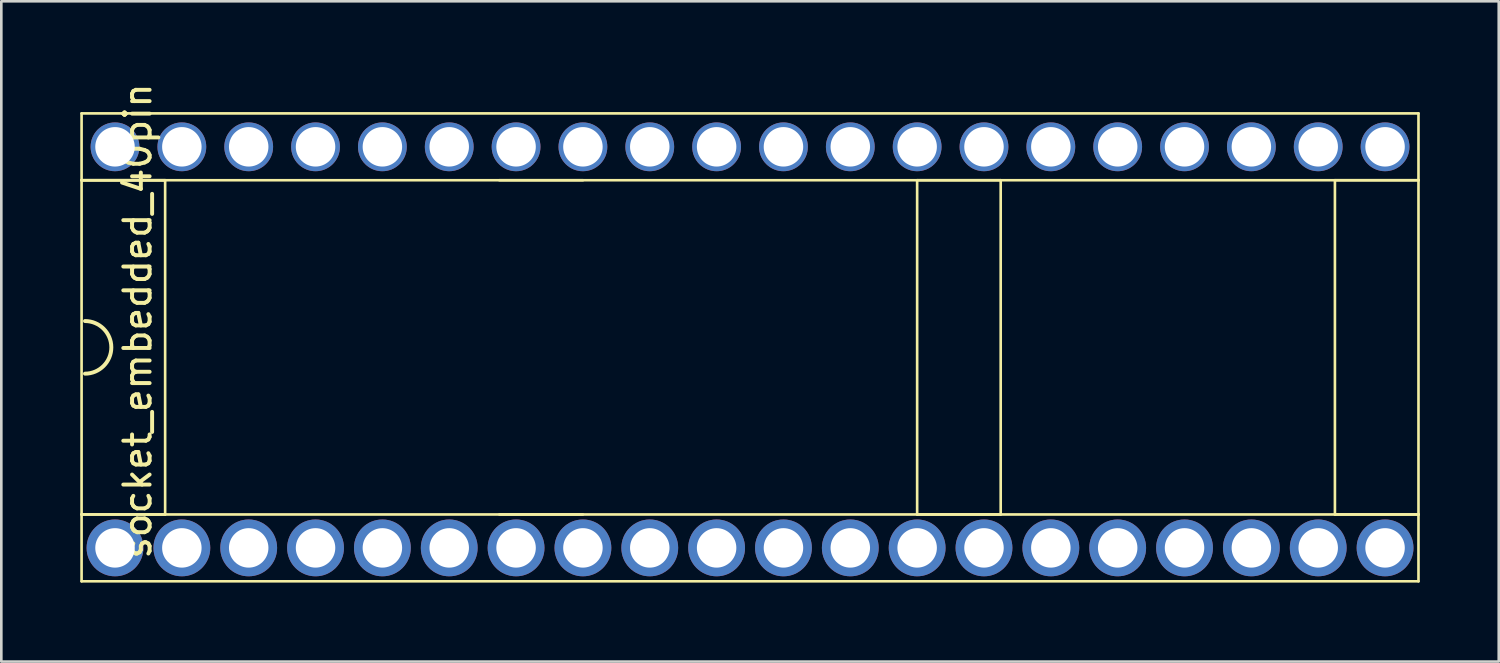
<source format=kicad_pcb>
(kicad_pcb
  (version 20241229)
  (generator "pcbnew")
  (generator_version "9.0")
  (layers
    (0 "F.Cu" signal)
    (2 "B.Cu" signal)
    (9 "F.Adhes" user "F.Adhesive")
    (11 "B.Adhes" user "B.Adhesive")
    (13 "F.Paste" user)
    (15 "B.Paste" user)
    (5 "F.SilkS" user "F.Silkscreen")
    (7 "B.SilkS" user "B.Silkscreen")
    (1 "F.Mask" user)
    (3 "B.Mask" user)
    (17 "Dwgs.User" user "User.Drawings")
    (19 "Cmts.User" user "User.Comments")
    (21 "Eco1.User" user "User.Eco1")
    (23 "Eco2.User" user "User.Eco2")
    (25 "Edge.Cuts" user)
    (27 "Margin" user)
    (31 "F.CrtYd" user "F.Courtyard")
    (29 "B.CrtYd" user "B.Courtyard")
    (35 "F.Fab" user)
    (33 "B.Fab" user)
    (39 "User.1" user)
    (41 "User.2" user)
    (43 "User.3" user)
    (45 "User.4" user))
  (footprint "socket_embedded_40pin"
    (layer "F.Cu")
    (at 24.18 10.149)
    (property "Reference" "socket_embedded_40pin" (at -22 -1 90) (layer "F.SilkS") (effects (font (size 1 1) (thickness 0.15))))
    (attr through_hole)
    (fp_line (start -24.13 -8.89) (end -24.13 -6.35) (stroke (width 0.1) (type solid)) (layer "F.SilkS"))
    (fp_line (start -24.13 -6.35) (end -20.955 -6.35) (stroke (width 0.1) (type solid)) (layer "F.SilkS"))
    (fp_line (start -24.13 -6.35) (end -20.955 -6.35) (stroke (width 0.1) (type solid)) (layer "F.SilkS"))
    (fp_line (start -24.13 -6.35) (end 26.67 -6.35) (stroke (width 0.1) (type solid)) (layer "F.SilkS"))
    (fp_line (start -24.13 6.35) (end -24.13 -6.35) (stroke (width 0.1) (type solid)) (layer "F.SilkS"))
    (fp_line (start -24.13 6.35) (end -24.13 8.89) (stroke (width 0.1) (type solid)) (layer "F.SilkS"))
    (fp_line (start -24.13 8.89) (end 26.67 8.89) (stroke (width 0.1) (type solid)) (layer "F.SilkS"))
    (fp_line (start -20.955 -6.35) (end -20.955 6.35) (stroke (width 0.1) (type solid)) (layer "F.SilkS"))
    (fp_line (start -20.955 6.35) (end -24.13 6.35) (stroke (width 0.1) (type solid)) (layer "F.SilkS"))
    (fp_line (start -8.255 -6.35) (end -5.08 -6.35) (stroke (width 0.1) (type solid)) (layer "F.SilkS"))
    (fp_line (start -5.08 6.35) (end -8.255 6.35) (stroke (width 0.1) (type solid)) (layer "F.SilkS"))
    (fp_line (start 7.62 -6.35) (end 7.62 6.35) (stroke (width 0.1) (type solid)) (layer "F.SilkS"))
    (fp_line (start 7.62 6.35) (end 10.795 6.35) (stroke (width 0.1) (type solid)) (layer "F.SilkS"))
    (fp_line (start 10.795 -6.35) (end 7.62 -6.35) (stroke (width 0.1) (type solid)) (layer "F.SilkS"))
    (fp_line (start 10.795 6.35) (end 10.795 -6.35) (stroke (width 0.1) (type solid)) (layer "F.SilkS"))
    (fp_line (start 23.495 -6.35) (end 23.495 6.35) (stroke (width 0.1) (type solid)) (layer "F.SilkS"))
    (fp_line (start 23.495 6.35) (end 26.67 6.35) (stroke (width 0.1) (type solid)) (layer "F.SilkS"))
    (fp_line (start 26.67 -8.89) (end -24.13 -8.89) (stroke (width 0.1) (type solid)) (layer "F.SilkS"))
    (fp_line (start 26.67 -6.35) (end 23.495 -6.35) (stroke (width 0.1) (type solid)) (layer "F.SilkS"))
    (fp_line (start 26.67 -6.35) (end 26.67 -8.89) (stroke (width 0.1) (type solid)) (layer "F.SilkS"))
    (fp_line (start 26.67 6.35) (end -24.13 6.35) (stroke (width 0.1) (type solid)) (layer "F.SilkS"))
    (fp_line (start 26.67 6.35) (end 26.67 -6.35) (stroke (width 0.1) (type solid)) (layer "F.SilkS"))
    (fp_line (start 26.67 8.89) (end 26.67 6.35) (stroke (width 0.1) (type solid)) (layer "F.SilkS"))
    (fp_arc (start -24 -1) (mid -23 0) (end -24 1) (stroke (width 0.15) (type solid)) (layer "F.SilkS"))
    (pad "1" thru_hole circle (at -22.86 7.62) (size 2.159 2.159) (drill 1.5) (layers "*.Cu" "*.Mask"))
    (pad "2" thru_hole circle (at -20.32 7.62) (size 2.159 2.159) (drill 1.5) (layers "*.Cu" "*.Mask"))
    (pad "3" thru_hole circle (at -17.78 7.62) (size 2.159 2.159) (drill 1.5) (layers "*.Cu" "*.Mask"))
    (pad "4" thru_hole circle (at -15.24 7.62) (size 2.159 2.159) (drill 1.5) (layers "*.Cu" "*.Mask"))
    (pad "5" thru_hole circle (at -12.7 7.62) (size 2.159 2.159) (drill 1.5) (layers "*.Cu" "*.Mask"))
    (pad "6" thru_hole circle (at -10.16 7.62) (size 2.159 2.159) (drill 1.5) (layers "*.Cu" "*.Mask"))
    (pad "7" thru_hole circle (at -7.62 7.62) (size 2.159 2.159) (drill 1.5) (layers "*.Cu" "*.Mask"))
    (pad "8" thru_hole circle (at -5.08 7.62) (size 2.159 2.159) (drill 1.5) (layers "*.Cu" "*.Mask"))
    (pad "9" thru_hole circle (at -2.54 7.62) (size 2.159 2.159) (drill 1.5) (layers "*.Cu" "*.Mask"))
    (pad "10" thru_hole circle (at 0 7.62) (size 2.159 2.159) (drill 1.5) (layers "*.Cu" "*.Mask"))
    (pad "11" thru_hole circle (at 2.54 7.62) (size 2.159 2.159) (drill 1.5) (layers "*.Cu" "*.Mask"))
    (pad "12" thru_hole circle (at 5.08 7.62) (size 2.159 2.159) (drill 1.5) (layers "*.Cu" "*.Mask"))
    (pad "13" thru_hole circle (at 7.62 7.62) (size 2.159 2.159) (drill 1.5) (layers "*.Cu" "*.Mask"))
    (pad "14" thru_hole circle (at 10.16 7.62) (size 2.159 2.159) (drill 1.5) (layers "*.Cu" "*.Mask"))
    (pad "15" thru_hole circle (at 12.7 7.62) (size 2.159 2.159) (drill 1.5) (layers "*.Cu" "*.Mask"))
    (pad "16" thru_hole circle (at 15.24 7.62) (size 2.159 2.159) (drill 1.5) (layers "*.Cu" "*.Mask"))
    (pad "17" thru_hole circle (at 17.78 7.62) (size 2.159 2.159) (drill 1.5) (layers "*.Cu" "*.Mask"))
    (pad "18" thru_hole circle (at 20.32 7.62) (size 2.159 2.159) (drill 1.5) (layers "*.Cu" "*.Mask"))
    (pad "19" thru_hole circle (at 22.86 7.62) (size 2.159 2.159) (drill 1.5) (layers "*.Cu" "*.Mask"))
    (pad "20" thru_hole circle (at 25.4 7.62) (size 2.159 2.159) (drill 1.5) (layers "*.Cu" "*.Mask"))
    (pad "21" thru_hole circle (at 25.4 -7.62) (size 1.854 1.854) (drill 1.5) (layers "*.Cu" "*.Mask"))
    (pad "22" thru_hole circle (at 22.86 -7.62) (size 1.854 1.854) (drill 1.5) (layers "*.Cu" "*.Mask"))
    (pad "23" thru_hole circle (at 20.32 -7.62) (size 1.854 1.854) (drill 1.5) (layers "*.Cu" "*.Mask"))
    (pad "24" thru_hole circle (at 17.78 -7.62) (size 1.854 1.854) (drill 1.5) (layers "*.Cu" "*.Mask"))
    (pad "25" thru_hole circle (at 15.24 -7.62) (size 1.854 1.854) (drill 1.5) (layers "*.Cu" "*.Mask"))
    (pad "26" thru_hole circle (at 12.7 -7.62) (size 1.854 1.854) (drill 1.5) (layers "*.Cu" "*.Mask"))
    (pad "27" thru_hole circle (at 10.16 -7.62) (size 1.854 1.854) (drill 1.5) (layers "*.Cu" "*.Mask"))
    (pad "28" thru_hole circle (at 7.62 -7.62) (size 1.854 1.854) (drill 1.5) (layers "*.Cu" "*.Mask"))
    (pad "29" thru_hole circle (at 5.08 -7.62) (size 1.854 1.854) (drill 1.5) (layers "*.Cu" "*.Mask"))
    (pad "30" thru_hole circle (at 2.54 -7.62) (size 1.854 1.854) (drill 1.5) (layers "*.Cu" "*.Mask"))
    (pad "31" thru_hole circle (at 0 -7.62) (size 1.854 1.854) (drill 1.5) (layers "*.Cu" "*.Mask"))
    (pad "32" thru_hole circle (at -2.54 -7.62) (size 1.854 1.854) (drill 1.5) (layers "*.Cu" "*.Mask"))
    (pad "33" thru_hole circle (at -5.08 -7.62) (size 1.854 1.854) (drill 1.5) (layers "*.Cu" "*.Mask"))
    (pad "34" thru_hole circle (at -7.62 -7.62) (size 1.854 1.854) (drill 1.5) (layers "*.Cu" "*.Mask"))
    (pad "35" thru_hole circle (at -10.16 -7.62) (size 1.854 1.854) (drill 1.5) (layers "*.Cu" "*.Mask"))
    (pad "36" thru_hole circle (at -12.7 -7.62) (size 1.854 1.854) (drill 1.5) (layers "*.Cu" "*.Mask"))
    (pad "37" thru_hole circle (at -15.24 -7.62) (size 1.854 1.854) (drill 1.5) (layers "*.Cu" "*.Mask"))
    (pad "38" thru_hole circle (at -17.78 -7.62) (size 1.854 1.854) (drill 1.5) (layers "*.Cu" "*.Mask"))
    (pad "39" thru_hole circle (at -20.32 -7.62) (size 1.854 1.854) (drill 1.5) (layers "*.Cu" "*.Mask"))
    (pad "40" thru_hole circle (at -22.86 -7.62) (size 1.854 1.854) (drill 1.5) (layers "*.Cu" "*.Mask")))
  (gr_rect
    (start -3 -3)
    (end 53.9 22.089)
    (stroke (width 0.1) (type default))
    (fill no)
    (layer "Edge.Cuts")))
</source>
